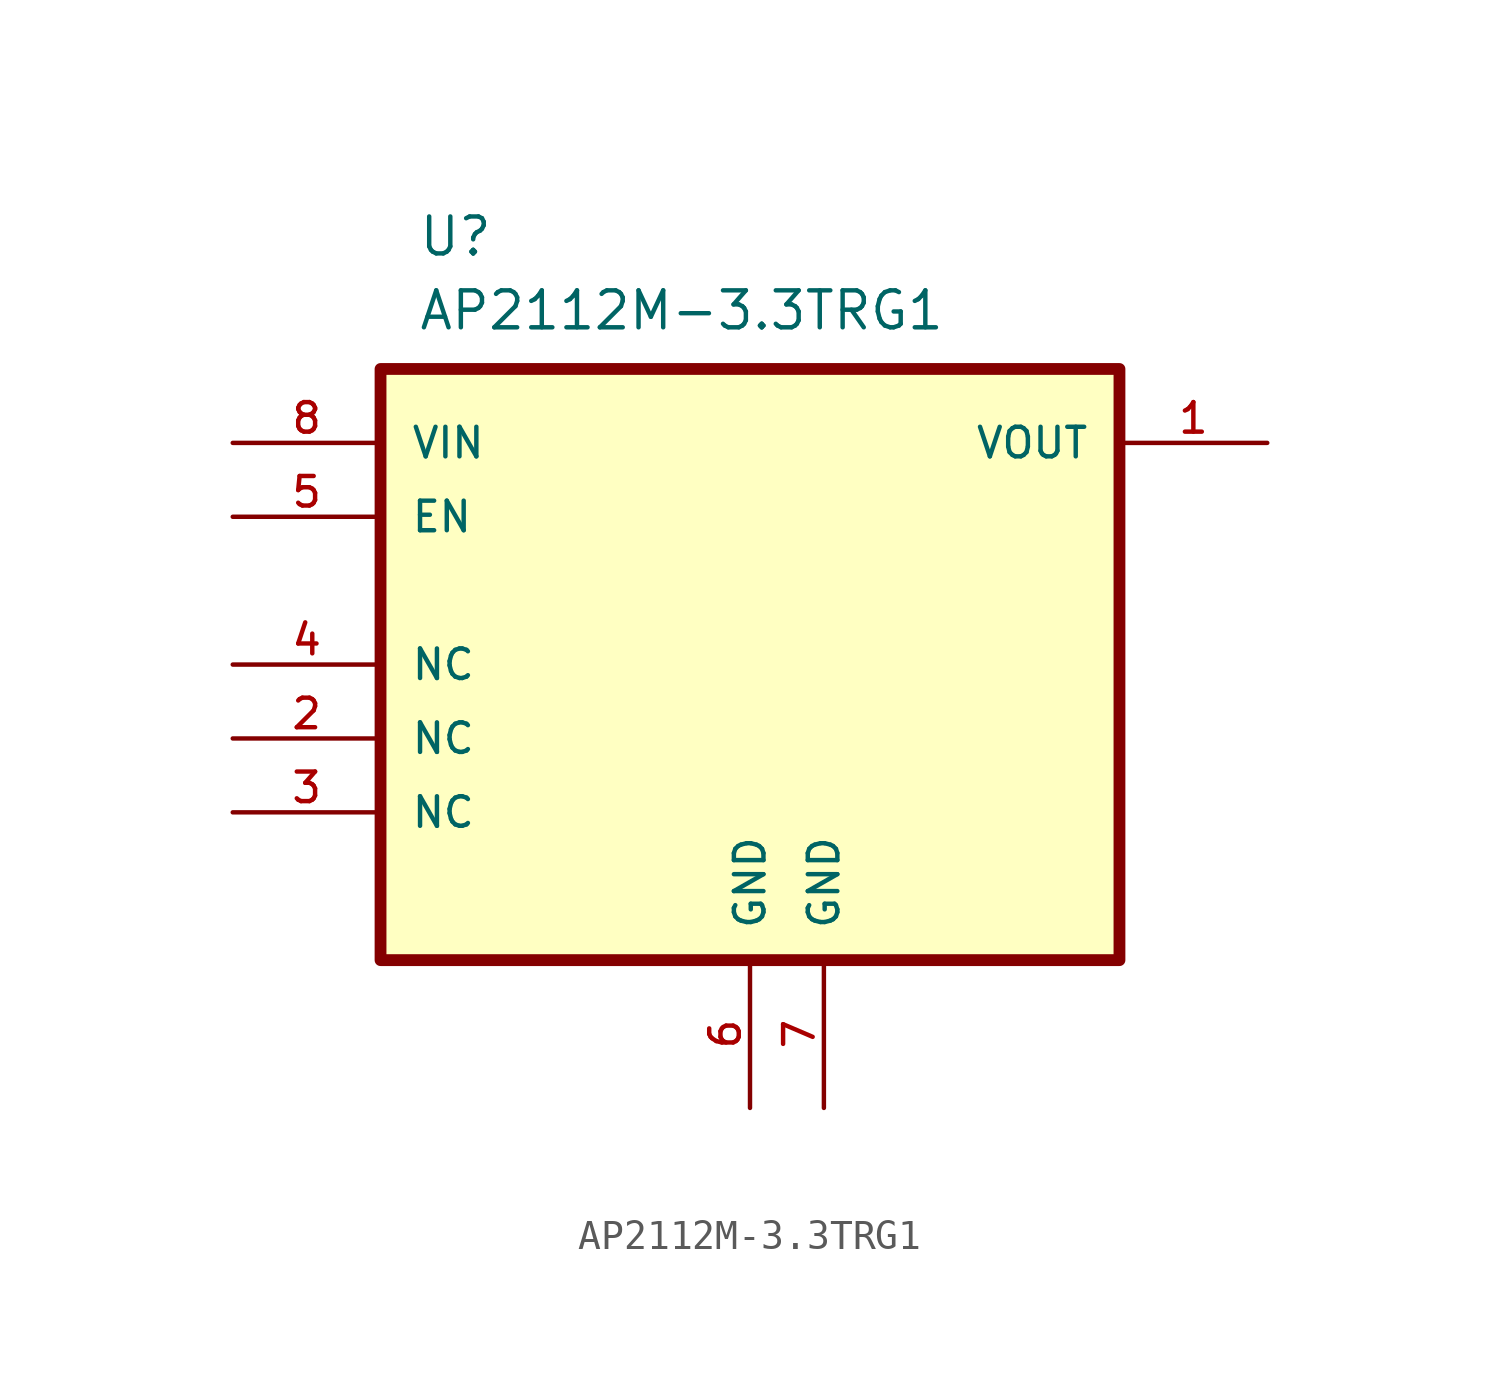
<source format=kicad_sym>
(kicad_symbol_lib
  (version 20211014)
  (generator kicad_symbol_editor)
  (symbol "AP2112M-3.3TRG1"
    (pin_names
      (offset 1.016))
    (property "Reference" "U"
      (at -11.43 13.97 0)
      (effects (font (size 1.27 1.27)) (justify left bottom)))
    (property "Value" "AP2112M-3.3TRG1"
      (at -11.43 11.43 0)
      (effects (font (size 1.27 1.27)) (justify left bottom)))
    (property "ki_locked" ""
      (at 0 0 0)
      (effects (font (size 1.27 1.27))))
    (symbol "AP2112M-3.3TRG1_0_0"
      (rectangle (start -12.7 -10.16) (end 12.7 10.16) (stroke (width 0.406) (type default) (color 0 0 0 0)) (fill (type background)))
      (pin output line (at 17.78 7.62 180) (length 5.08) (name "VOUT" (effects (font (size 1.016 1.016)))) (number "1" (effects (font (size 1.016 1.016)))))
      (pin bidirectional line (at -17.78 -2.54 0) (length 5.08) (name "NC" (effects (font (size 1.016 1.016)))) (number "2" (effects (font (size 1.016 1.016)))))
      (pin bidirectional line (at -17.78 -5.08 0) (length 5.08) (name "NC" (effects (font (size 1.016 1.016)))) (number "3" (effects (font (size 1.016 1.016)))))
      (pin bidirectional line (at -17.78 0 0) (length 5.08) (name "NC" (effects (font (size 1.016 1.016)))) (number "4" (effects (font (size 1.016 1.016)))))
      (pin input line (at -17.78 5.08 0) (length 5.08) (name "EN" (effects (font (size 1.016 1.016)))) (number "5" (effects (font (size 1.016 1.016)))))
      (pin power_in line (at 0 -15.24 90) (length 5.08) (name "GND" (effects (font (size 1.016 1.016)))) (number "6" (effects (font (size 1.016 1.016)))))
      (pin power_in line (at 2.54 -15.24 90) (length 5.08) (name "GND" (effects (font (size 1.016 1.016)))) (number "7" (effects (font (size 1.016 1.016)))))
      (pin input line (at -17.78 7.62 0) (length 5.08) (name "VIN" (effects (font (size 1.016 1.016)))) (number "8" (effects (font (size 1.016 1.016))))))))
</source>
